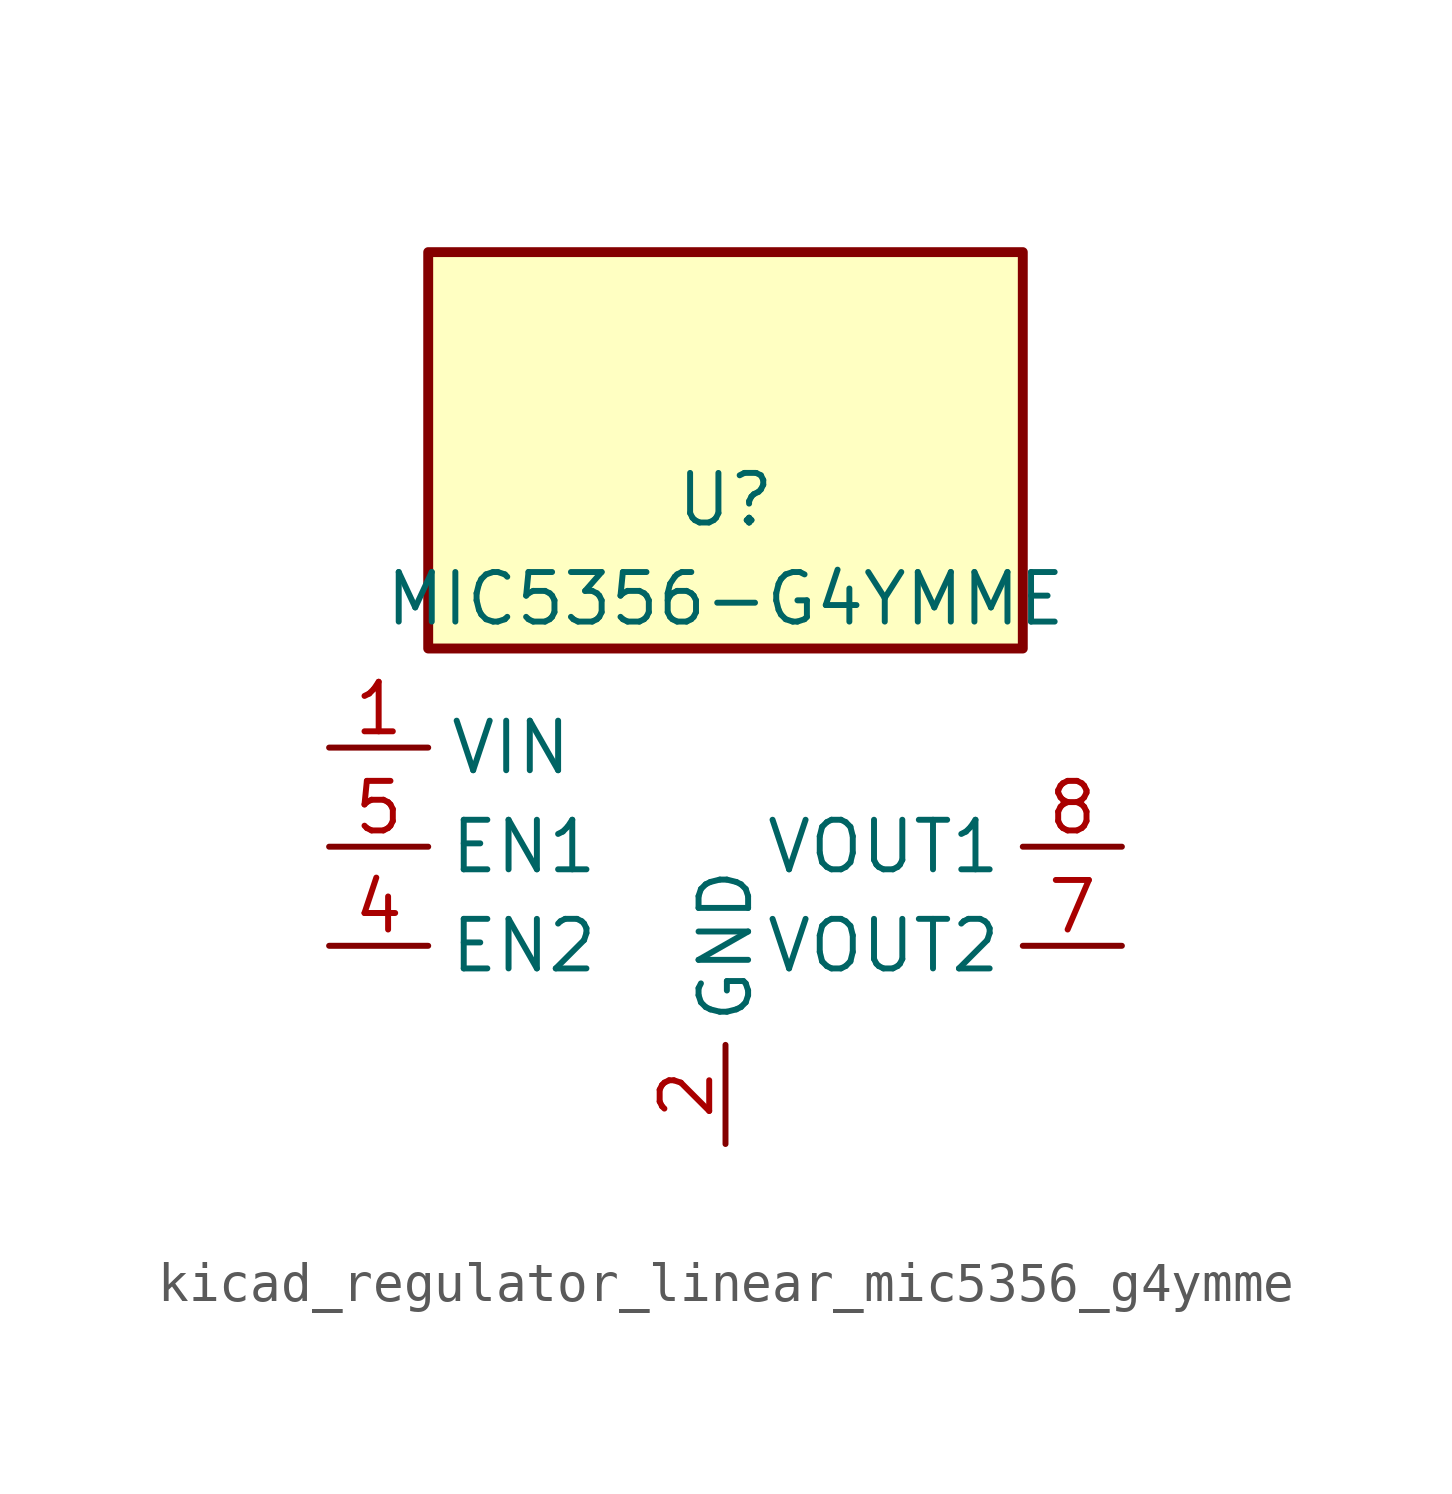
<source format=kicad_sym>
(kicad_symbol_lib
  (version 20220914)
  (generator kicad_symbol_editor)
  (symbol "kicad_regulator_linear_mic5356_g4ymme"
    (property "Reference" "U"
      (at 0 8.89 0)
      (effects (font (size 1.27 1.27))))
    (property "Value" "MIC5356-G4YMME"
      (at 0 6.35 0)
      (effects (font (size 1.27 1.27))))
    (symbol "kicad_regulator_linear_mic5356_g4ymme_0_1"
      (rectangle (start 7.62 15.24) (end -7.62 5.08) (stroke (width 0.254) (type default)) (fill (type background))))
    (symbol "kicad_regulator_linear_mic5356_g4ymme_1_1"
      (pin power_in line (at -10.16 2.54 0) (length 2.54) (name "VIN" (effects (font (size 1.27 1.27)))) (number "1" (effects (font (size 1.27 1.27)))))
      (pin power_in line (at 0 -7.62 90) (length 2.54) (name "GND" (effects (font (size 1.27 1.27)))) (number "2" (effects (font (size 1.27 1.27)))))
      (pin no_connect line (at 0 5.08 270) (length 2.54) hide (name "NC" (effects (font (size 1.27 1.27)))) (number "3" (effects (font (size 1.27 1.27)))))
      (pin input line (at -10.16 -2.54 0) (length 2.54) (name "EN2" (effects (font (size 1.27 1.27)))) (number "4" (effects (font (size 1.27 1.27)))))
      (pin input line (at -10.16 0 0) (length 2.54) (name "EN1" (effects (font (size 1.27 1.27)))) (number "5" (effects (font (size 1.27 1.27)))))
      (pin no_connect line (at 7.62 2.54 180) (length 2.54) hide (name "NC" (effects (font (size 1.27 1.27)))) (number "6" (effects (font (size 1.27 1.27)))))
      (pin power_out line (at 10.16 -2.54 180) (length 2.54) (name "VOUT2" (effects (font (size 1.27 1.27)))) (number "7" (effects (font (size 1.27 1.27)))))
      (pin power_out line (at 10.16 0 180) (length 2.54) (name "VOUT1" (effects (font (size 1.27 1.27)))) (number "8" (effects (font (size 1.27 1.27)))))
      (pin passive line (at 0 -7.62 90) (length 2.54) hide (name "GND" (effects (font (size 1.27 1.27)))) (number "9" (effects (font (size 1.27 1.27))))))))
</source>
